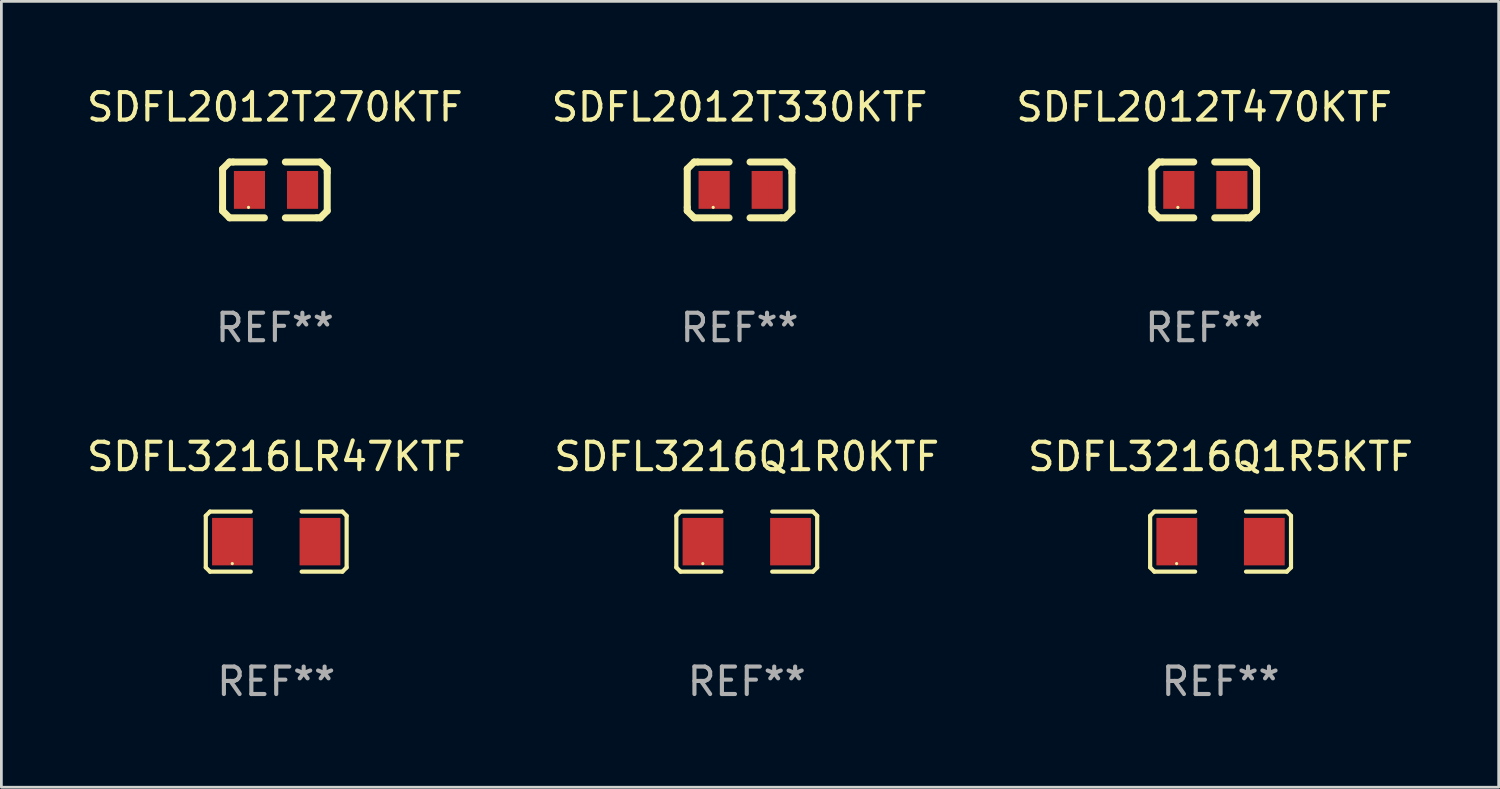
<source format=kicad_pcb>
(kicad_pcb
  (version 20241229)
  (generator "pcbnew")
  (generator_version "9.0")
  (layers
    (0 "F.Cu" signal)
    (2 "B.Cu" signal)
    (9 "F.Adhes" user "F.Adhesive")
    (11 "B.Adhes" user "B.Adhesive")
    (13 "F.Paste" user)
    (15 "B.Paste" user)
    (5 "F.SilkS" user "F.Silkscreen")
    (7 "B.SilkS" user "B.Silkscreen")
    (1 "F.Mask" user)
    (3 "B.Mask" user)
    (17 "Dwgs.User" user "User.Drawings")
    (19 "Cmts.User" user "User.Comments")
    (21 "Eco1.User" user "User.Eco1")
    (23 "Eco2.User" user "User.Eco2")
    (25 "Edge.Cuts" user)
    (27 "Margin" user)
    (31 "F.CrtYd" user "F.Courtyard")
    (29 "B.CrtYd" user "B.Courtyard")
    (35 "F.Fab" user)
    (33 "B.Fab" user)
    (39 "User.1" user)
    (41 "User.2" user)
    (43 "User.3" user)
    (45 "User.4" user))
  (footprint "SDFL3216Q1R5KTF"
    (layer "F.Cu")
    (at 41.387 16.669)
    (property "Reference" "SDFL3216Q1R5KTF" (at 0 -3.093 0) (layer "F.SilkS") (effects (font (size 1 1) (thickness 0.15))))
    (attr through_hole)
    (fp_line (start -2.564 -0.94) (end -2.411 -1.093) (stroke (width 0.152) (type solid)) (layer "F.SilkS"))
    (fp_line (start -2.564 0.94) (end -2.564 -0.94) (stroke (width 0.152) (type solid)) (layer "F.SilkS"))
    (fp_line (start -2.411 -1.093) (end -0.926 -1.093) (stroke (width 0.152) (type solid)) (layer "F.SilkS"))
    (fp_line (start -2.411 1.093) (end -2.564 0.94) (stroke (width 0.152) (type solid)) (layer "F.SilkS"))
    (fp_line (start -0.926 1.093) (end -2.411 1.093) (stroke (width 0.152) (type solid)) (layer "F.SilkS"))
    (fp_line (start 0.926 1.093) (end 2.411 1.093) (stroke (width 0.152) (type solid)) (layer "F.SilkS"))
    (fp_line (start 2.411 -1.093) (end 0.926 -1.093) (stroke (width 0.152) (type solid)) (layer "F.SilkS"))
    (fp_line (start 2.411 1.093) (end 2.564 0.94) (stroke (width 0.152) (type solid)) (layer "F.SilkS"))
    (fp_line (start 2.564 -0.94) (end 2.411 -1.093) (stroke (width 0.152) (type solid)) (layer "F.SilkS"))
    (fp_line (start 2.564 0.94) (end 2.564 -0.94) (stroke (width 0.152) (type solid)) (layer "F.SilkS"))
    (fp_circle (center -1.6 0.8) (end -1.57 0.8) (stroke (width 0.06) (type solid)) (fill no) (layer "F.SilkS"))
    (fp_text user "REF**" (at 0 5.093 0) (layer "F.Fab") (effects (font (size 1 1) (thickness 0.15))))
    (pad "1" smd rect (at -1.593 0) (size 1.485 1.728) (layers "F.Cu" "F.Mask" "F.Paste"))
    (pad "2" smd rect (at 1.593 0) (size 1.485 1.728) (layers "F.Cu" "F.Mask" "F.Paste")))
  (footprint "SDFL2012T270KTF"
    (layer "F.Cu")
    (at 6.958 3.864)
    (property "Reference" "SDFL2012T270KTF" (at 0 -3.016 0) (layer "F.SilkS") (effects (font (size 1 1) (thickness 0.15))))
    (attr through_hole)
    (fp_line (start -1.905 -0.762) (end -1.905 0.635) (stroke (width 0.254) (type solid)) (layer "F.SilkS"))
    (fp_line (start -1.905 0.635) (end -1.905 0.762) (stroke (width 0.254) (type solid)) (layer "F.SilkS"))
    (fp_line (start -1.905 0.762) (end -1.651 1.016) (stroke (width 0.254) (type solid)) (layer "F.SilkS"))
    (fp_line (start -1.651 -1.016) (end -1.905 -0.762) (stroke (width 0.254) (type solid)) (layer "F.SilkS"))
    (fp_line (start -1.651 1.016) (end -0.381 1.016) (stroke (width 0.254) (type solid)) (layer "F.SilkS"))
    (fp_line (start -1.524 -1.016) (end -1.651 -1.016) (stroke (width 0.254) (type solid)) (layer "F.SilkS"))
    (fp_line (start -0.381 -1.016) (end -1.524 -1.016) (stroke (width 0.254) (type solid)) (layer "F.SilkS"))
    (fp_line (start 0.381 1.016) (end 1.524 1.016) (stroke (width 0.254) (type solid)) (layer "F.SilkS"))
    (fp_line (start 1.524 1.016) (end 1.651 1.016) (stroke (width 0.254) (type solid)) (layer "F.SilkS"))
    (fp_line (start 1.651 -1.016) (end 0.381 -1.016) (stroke (width 0.254) (type solid)) (layer "F.SilkS"))
    (fp_line (start 1.651 1.016) (end 1.905 0.762) (stroke (width 0.254) (type solid)) (layer "F.SilkS"))
    (fp_line (start 1.905 -0.762) (end 1.651 -1.016) (stroke (width 0.254) (type solid)) (layer "F.SilkS"))
    (fp_line (start 1.905 -0.635) (end 1.905 -0.762) (stroke (width 0.254) (type solid)) (layer "F.SilkS"))
    (fp_line (start 1.905 0.762) (end 1.905 -0.635) (stroke (width 0.254) (type solid)) (layer "F.SilkS"))
    (fp_circle (center -0.96 0.637) (end -0.93 0.637) (stroke (width 0.06) (type solid)) (fill no) (layer "F.SilkS"))
    (fp_text user "REF**" (at 0 5.016 0) (layer "F.Fab") (effects (font (size 1 1) (thickness 0.15))))
    (pad "1" smd rect (at -0.926 -0.000051) (size 1.133 1.377) (layers "F.Cu" "F.Mask" "F.Paste"))
    (pad "2" smd rect (at 1.006 -0.000051) (size 1.133 1.377) (layers "F.Cu" "F.Mask" "F.Paste")))
  (footprint "SDFL2012T470KTF"
    (layer "F.Cu")
    (at 40.792 3.864)
    (property "Reference" "SDFL2012T470KTF" (at 0 -3.016 0) (layer "F.SilkS") (effects (font (size 1 1) (thickness 0.15))))
    (attr through_hole)
    (fp_line (start -1.905 -0.762) (end -1.905 0.635) (stroke (width 0.254) (type solid)) (layer "F.SilkS"))
    (fp_line (start -1.905 0.635) (end -1.905 0.762) (stroke (width 0.254) (type solid)) (layer "F.SilkS"))
    (fp_line (start -1.905 0.762) (end -1.651 1.016) (stroke (width 0.254) (type solid)) (layer "F.SilkS"))
    (fp_line (start -1.651 -1.016) (end -1.905 -0.762) (stroke (width 0.254) (type solid)) (layer "F.SilkS"))
    (fp_line (start -1.651 1.016) (end -0.381 1.016) (stroke (width 0.254) (type solid)) (layer "F.SilkS"))
    (fp_line (start -1.524 -1.016) (end -1.651 -1.016) (stroke (width 0.254) (type solid)) (layer "F.SilkS"))
    (fp_line (start -0.381 -1.016) (end -1.524 -1.016) (stroke (width 0.254) (type solid)) (layer "F.SilkS"))
    (fp_line (start 0.381 1.016) (end 1.524 1.016) (stroke (width 0.254) (type solid)) (layer "F.SilkS"))
    (fp_line (start 1.524 1.016) (end 1.651 1.016) (stroke (width 0.254) (type solid)) (layer "F.SilkS"))
    (fp_line (start 1.651 -1.016) (end 0.381 -1.016) (stroke (width 0.254) (type solid)) (layer "F.SilkS"))
    (fp_line (start 1.651 1.016) (end 1.905 0.762) (stroke (width 0.254) (type solid)) (layer "F.SilkS"))
    (fp_line (start 1.905 -0.762) (end 1.651 -1.016) (stroke (width 0.254) (type solid)) (layer "F.SilkS"))
    (fp_line (start 1.905 -0.635) (end 1.905 -0.762) (stroke (width 0.254) (type solid)) (layer "F.SilkS"))
    (fp_line (start 1.905 0.762) (end 1.905 -0.635) (stroke (width 0.254) (type solid)) (layer "F.SilkS"))
    (fp_circle (center -0.96 0.637) (end -0.93 0.637) (stroke (width 0.06) (type solid)) (fill no) (layer "F.SilkS"))
    (fp_text user "REF**" (at 0 5.016 0) (layer "F.Fab") (effects (font (size 1 1) (thickness 0.15))))
    (pad "1" smd rect (at -0.926 -0.000051) (size 1.133 1.377) (layers "F.Cu" "F.Mask" "F.Paste"))
    (pad "2" smd rect (at 1.006 -0.000051) (size 1.133 1.377) (layers "F.Cu" "F.Mask" "F.Paste")))
  (footprint "SDFL2012T330KTF"
    (layer "F.Cu")
    (at 23.875 3.864)
    (property "Reference" "SDFL2012T330KTF" (at 0 -3.016 0) (layer "F.SilkS") (effects (font (size 1 1) (thickness 0.15))))
    (attr through_hole)
    (fp_line (start -1.905 -0.762) (end -1.905 0.635) (stroke (width 0.254) (type solid)) (layer "F.SilkS"))
    (fp_line (start -1.905 0.635) (end -1.905 0.762) (stroke (width 0.254) (type solid)) (layer "F.SilkS"))
    (fp_line (start -1.905 0.762) (end -1.651 1.016) (stroke (width 0.254) (type solid)) (layer "F.SilkS"))
    (fp_line (start -1.651 -1.016) (end -1.905 -0.762) (stroke (width 0.254) (type solid)) (layer "F.SilkS"))
    (fp_line (start -1.651 1.016) (end -0.381 1.016) (stroke (width 0.254) (type solid)) (layer "F.SilkS"))
    (fp_line (start -1.524 -1.016) (end -1.651 -1.016) (stroke (width 0.254) (type solid)) (layer "F.SilkS"))
    (fp_line (start -0.381 -1.016) (end -1.524 -1.016) (stroke (width 0.254) (type solid)) (layer "F.SilkS"))
    (fp_line (start 0.381 1.016) (end 1.524 1.016) (stroke (width 0.254) (type solid)) (layer "F.SilkS"))
    (fp_line (start 1.524 1.016) (end 1.651 1.016) (stroke (width 0.254) (type solid)) (layer "F.SilkS"))
    (fp_line (start 1.651 -1.016) (end 0.381 -1.016) (stroke (width 0.254) (type solid)) (layer "F.SilkS"))
    (fp_line (start 1.651 1.016) (end 1.905 0.762) (stroke (width 0.254) (type solid)) (layer "F.SilkS"))
    (fp_line (start 1.905 -0.762) (end 1.651 -1.016) (stroke (width 0.254) (type solid)) (layer "F.SilkS"))
    (fp_line (start 1.905 -0.635) (end 1.905 -0.762) (stroke (width 0.254) (type solid)) (layer "F.SilkS"))
    (fp_line (start 1.905 0.762) (end 1.905 -0.635) (stroke (width 0.254) (type solid)) (layer "F.SilkS"))
    (fp_circle (center -0.96 0.637) (end -0.93 0.637) (stroke (width 0.06) (type solid)) (fill no) (layer "F.SilkS"))
    (fp_text user "REF**" (at 0 5.016 0) (layer "F.Fab") (effects (font (size 1 1) (thickness 0.15))))
    (pad "1" smd rect (at -0.926 -0.000051) (size 1.133 1.377) (layers "F.Cu" "F.Mask" "F.Paste"))
    (pad "2" smd rect (at 1.006 -0.000051) (size 1.133 1.377) (layers "F.Cu" "F.Mask" "F.Paste")))
  (footprint "SDFL3216Q1R0KTF"
    (layer "F.Cu")
    (at 24.137 16.669)
    (property "Reference" "SDFL3216Q1R0KTF" (at 0 -3.093 0) (layer "F.SilkS") (effects (font (size 1 1) (thickness 0.15))))
    (attr through_hole)
    (fp_line (start -2.564 -0.94) (end -2.411 -1.093) (stroke (width 0.152) (type solid)) (layer "F.SilkS"))
    (fp_line (start -2.564 0.94) (end -2.564 -0.94) (stroke (width 0.152) (type solid)) (layer "F.SilkS"))
    (fp_line (start -2.411 -1.093) (end -0.926 -1.093) (stroke (width 0.152) (type solid)) (layer "F.SilkS"))
    (fp_line (start -2.411 1.093) (end -2.564 0.94) (stroke (width 0.152) (type solid)) (layer "F.SilkS"))
    (fp_line (start -0.926 1.093) (end -2.411 1.093) (stroke (width 0.152) (type solid)) (layer "F.SilkS"))
    (fp_line (start 0.926 1.093) (end 2.411 1.093) (stroke (width 0.152) (type solid)) (layer "F.SilkS"))
    (fp_line (start 2.411 -1.093) (end 0.926 -1.093) (stroke (width 0.152) (type solid)) (layer "F.SilkS"))
    (fp_line (start 2.411 1.093) (end 2.564 0.94) (stroke (width 0.152) (type solid)) (layer "F.SilkS"))
    (fp_line (start 2.564 -0.94) (end 2.411 -1.093) (stroke (width 0.152) (type solid)) (layer "F.SilkS"))
    (fp_line (start 2.564 0.94) (end 2.564 -0.94) (stroke (width 0.152) (type solid)) (layer "F.SilkS"))
    (fp_circle (center -1.6 0.8) (end -1.57 0.8) (stroke (width 0.06) (type solid)) (fill no) (layer "F.SilkS"))
    (fp_text user "REF**" (at 0 5.093 0) (layer "F.Fab") (effects (font (size 1 1) (thickness 0.15))))
    (pad "1" smd rect (at -1.593 0) (size 1.485 1.728) (layers "F.Cu" "F.Mask" "F.Paste"))
    (pad "2" smd rect (at 1.593 0) (size 1.485 1.728) (layers "F.Cu" "F.Mask" "F.Paste")))
  (footprint "SDFL3216LR47KTF"
    (layer "F.Cu")
    (at 7.006 16.669)
    (property "Reference" "SDFL3216LR47KTF" (at 0 -3.093 0) (layer "F.SilkS") (effects (font (size 1 1) (thickness 0.15))))
    (attr through_hole)
    (fp_line (start -2.564 -0.94) (end -2.411 -1.093) (stroke (width 0.152) (type solid)) (layer "F.SilkS"))
    (fp_line (start -2.564 0.94) (end -2.564 -0.94) (stroke (width 0.152) (type solid)) (layer "F.SilkS"))
    (fp_line (start -2.411 -1.093) (end -0.926 -1.093) (stroke (width 0.152) (type solid)) (layer "F.SilkS"))
    (fp_line (start -2.411 1.093) (end -2.564 0.94) (stroke (width 0.152) (type solid)) (layer "F.SilkS"))
    (fp_line (start -0.926 1.093) (end -2.411 1.093) (stroke (width 0.152) (type solid)) (layer "F.SilkS"))
    (fp_line (start 0.926 1.093) (end 2.411 1.093) (stroke (width 0.152) (type solid)) (layer "F.SilkS"))
    (fp_line (start 2.411 -1.093) (end 0.926 -1.093) (stroke (width 0.152) (type solid)) (layer "F.SilkS"))
    (fp_line (start 2.411 1.093) (end 2.564 0.94) (stroke (width 0.152) (type solid)) (layer "F.SilkS"))
    (fp_line (start 2.564 -0.94) (end 2.411 -1.093) (stroke (width 0.152) (type solid)) (layer "F.SilkS"))
    (fp_line (start 2.564 0.94) (end 2.564 -0.94) (stroke (width 0.152) (type solid)) (layer "F.SilkS"))
    (fp_circle (center -1.6 0.8) (end -1.57 0.8) (stroke (width 0.06) (type solid)) (fill no) (layer "F.SilkS"))
    (fp_text user "REF**" (at 0 5.093 0) (layer "F.Fab") (effects (font (size 1 1) (thickness 0.15))))
    (pad "1" smd rect (at -1.593 0) (size 1.485 1.728) (layers "F.Cu" "F.Mask" "F.Paste"))
    (pad "2" smd rect (at 1.593 0) (size 1.485 1.728) (layers "F.Cu" "F.Mask" "F.Paste")))
  (gr_rect
    (start -3 -3)
    (end 51.512 25.61)
    (stroke (width 0.1) (type default))
    (fill no)
    (layer "Edge.Cuts")))
</source>
